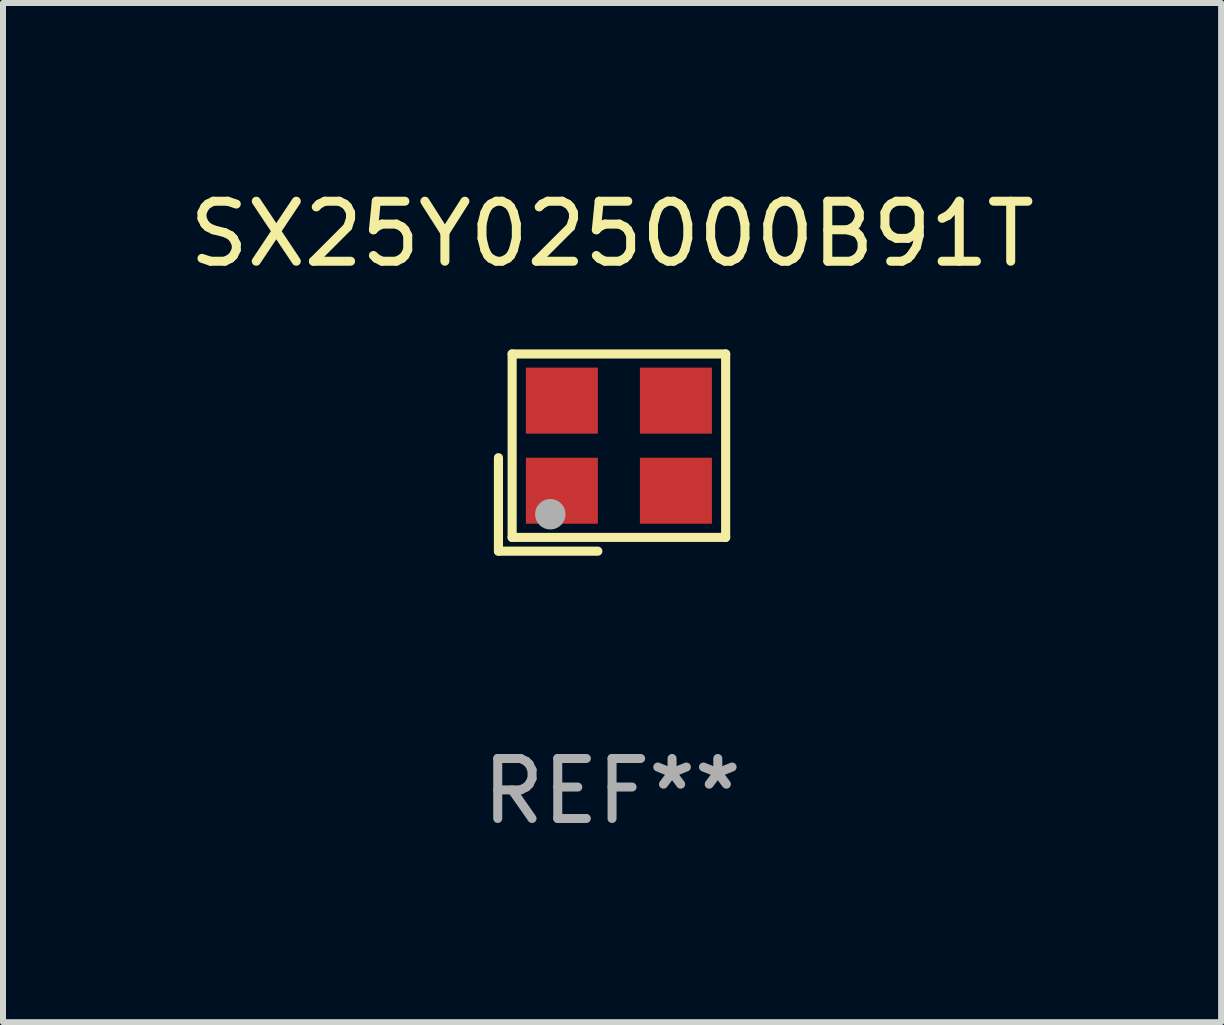
<source format=kicad_pcb>
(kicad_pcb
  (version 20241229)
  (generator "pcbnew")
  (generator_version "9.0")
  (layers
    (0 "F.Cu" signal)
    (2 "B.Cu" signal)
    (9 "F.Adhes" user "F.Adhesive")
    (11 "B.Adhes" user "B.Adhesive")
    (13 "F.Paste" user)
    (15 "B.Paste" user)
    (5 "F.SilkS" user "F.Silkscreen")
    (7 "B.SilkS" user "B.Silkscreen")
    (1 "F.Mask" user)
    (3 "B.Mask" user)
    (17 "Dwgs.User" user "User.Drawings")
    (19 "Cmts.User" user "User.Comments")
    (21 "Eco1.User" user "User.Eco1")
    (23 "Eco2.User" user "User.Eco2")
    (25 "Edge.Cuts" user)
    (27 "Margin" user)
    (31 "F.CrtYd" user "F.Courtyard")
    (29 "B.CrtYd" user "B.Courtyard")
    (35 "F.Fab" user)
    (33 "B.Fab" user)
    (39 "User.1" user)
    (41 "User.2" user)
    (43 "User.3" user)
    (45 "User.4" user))
  (footprint "SX25Y025000B91T"
    (layer "F.Cu")
    (at 7.149 4.491)
    (property "Reference" "SX25Y025000B91T" (at 0 -3.643 0) (layer "F.SilkS") (effects (font (size 1 1) (thickness 0.15))))
    (attr through_hole)
    (fp_line (start -1.893 0.086) (end -1.893 1.643) (stroke (width 0.152) (type solid)) (layer "F.SilkS"))
    (fp_line (start -1.893 1.643) (end -0.237 1.643) (stroke (width 0.152) (type solid)) (layer "F.SilkS"))
    (fp_line (start -1.665 -1.643) (end 1.893 -1.643) (stroke (width 0.152) (type solid)) (layer "F.SilkS"))
    (fp_line (start -1.665 1.414) (end -1.665 -1.643) (stroke (width 0.152) (type solid)) (layer "F.SilkS"))
    (fp_line (start 1.893 -1.643) (end 1.893 1.414) (stroke (width 0.152) (type solid)) (layer "F.SilkS"))
    (fp_line (start 1.893 1.414) (end -1.665 1.414) (stroke (width 0.152) (type solid)) (layer "F.SilkS"))
    (fp_circle (center -1.136 0.885) (end -1.106 0.885) (stroke (width 0.06) (type solid)) (fill no) (layer "F.SilkS"))
    (fp_circle (center -1.029 1.028) (end -0.902 1.028) (stroke (width 0.254) (type solid)) (fill no) (layer "F.Fab"))
    (fp_text user "REF**" (at 0 5.643 0) (layer "F.Fab") (effects (font (size 1 1) (thickness 0.15))))
    (pad "1" smd rect (at -0.836 0.636) (size 1.2 1.1) (layers "F.Cu" "F.Mask" "F.Paste"))
    (pad "2" smd rect (at 1.064 0.636) (size 1.2 1.1) (layers "F.Cu" "F.Mask" "F.Paste"))
    (pad "3" smd rect (at 1.064 -0.865) (size 1.2 1.1) (layers "F.Cu" "F.Mask" "F.Paste"))
    (pad "4" smd rect (at -0.836 -0.865) (size 1.2 1.1) (layers "F.Cu" "F.Mask" "F.Paste")))
  (gr_rect
    (start -3 -3)
    (end 17.298 13.983)
    (stroke (width 0.1) (type default))
    (fill no)
    (layer "Edge.Cuts")))
</source>
